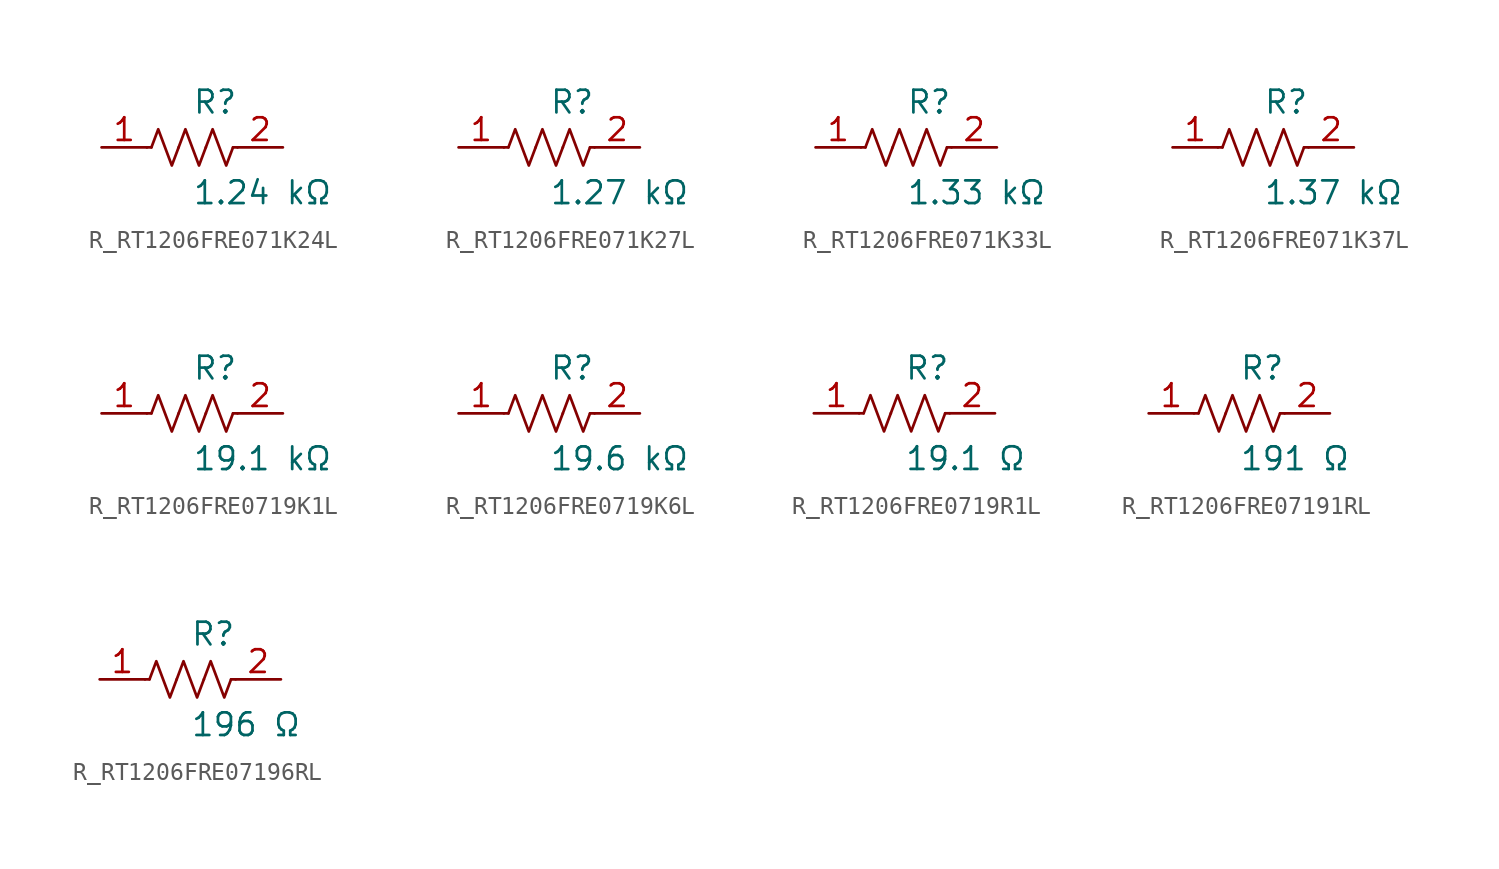
<source format=kicad_sym>
(kicad_symbol_lib
  (version 20231120)
  (generator kicad_symbol_editor)
  (generator_version 8.0)
  (symbol "R_RT1206FRE071K24L"
    (pin_names
      (offset 0.254))
    (property "Reference" "R"
      (at 0 2.54 0)
      (effects (font (size 1.27 1.27)) (justify left)))
    (property "Value" "1.24 kΩ"
      (at 0 -2.54 0)
      (effects (font (size 1.27 1.27)) (justify left)))
    (symbol "R_RT1206FRE071K24L_0_1"
      (polyline (pts (xy 2.286 0) (xy 2.54 0)) (stroke (width 0) (type default)) (fill (type none)))
      (polyline (pts (xy -2.286 0) (xy -2.54 0)) (stroke (width 0) (type default)) (fill (type none)))
      (polyline (pts (xy 0.762 0) (xy 1.143 1.016) (xy 1.524 0) (xy 1.905 -1.016) (xy 2.286 0)) (stroke (width 0) (type default)) (fill (type none)))
      (polyline (pts (xy -0.762 0) (xy -0.381 1.016) (xy 0 0) (xy 0.381 -1.016) (xy 0.762 0)) (stroke (width 0) (type default)) (fill (type none)))
      (polyline (pts (xy -2.286 0) (xy -1.905 1.016) (xy -1.524 0) (xy -1.143 -1.016) (xy -0.762 0)) (stroke (width 0) (type default)) (fill (type none))))
    (pin unspecified line
      (at -5.08 0 0)
      (length 2.54)
      (name "" (effects (font (size 1.27 1.27))))
      (number "1" (effects (font (size 1.27 1.27)))))
    (pin unspecified line
      (at 5.08 0 180)
      (length 2.54)
      (name "" (effects (font (size 1.27 1.27))))
      (number "2" (effects (font (size 1.27 1.27))))))
  (symbol "R_RT1206FRE071K27L"
    (pin_names
      (offset 0.254))
    (property "Reference" "R"
      (at 0 2.54 0)
      (effects (font (size 1.27 1.27)) (justify left)))
    (property "Value" "1.27 kΩ"
      (at 0 -2.54 0)
      (effects (font (size 1.27 1.27)) (justify left)))
    (symbol "R_RT1206FRE071K27L_0_1"
      (polyline (pts (xy 2.286 0) (xy 2.54 0)) (stroke (width 0) (type default)) (fill (type none)))
      (polyline (pts (xy -2.286 0) (xy -2.54 0)) (stroke (width 0) (type default)) (fill (type none)))
      (polyline (pts (xy 0.762 0) (xy 1.143 1.016) (xy 1.524 0) (xy 1.905 -1.016) (xy 2.286 0)) (stroke (width 0) (type default)) (fill (type none)))
      (polyline (pts (xy -0.762 0) (xy -0.381 1.016) (xy 0 0) (xy 0.381 -1.016) (xy 0.762 0)) (stroke (width 0) (type default)) (fill (type none)))
      (polyline (pts (xy -2.286 0) (xy -1.905 1.016) (xy -1.524 0) (xy -1.143 -1.016) (xy -0.762 0)) (stroke (width 0) (type default)) (fill (type none))))
    (pin unspecified line
      (at -5.08 0 0)
      (length 2.54)
      (name "" (effects (font (size 1.27 1.27))))
      (number "1" (effects (font (size 1.27 1.27)))))
    (pin unspecified line
      (at 5.08 0 180)
      (length 2.54)
      (name "" (effects (font (size 1.27 1.27))))
      (number "2" (effects (font (size 1.27 1.27))))))
  (symbol "R_RT1206FRE071K33L"
    (pin_names
      (offset 0.254))
    (property "Reference" "R"
      (at 0 2.54 0)
      (effects (font (size 1.27 1.27)) (justify left)))
    (property "Value" "1.33 kΩ"
      (at 0 -2.54 0)
      (effects (font (size 1.27 1.27)) (justify left)))
    (symbol "R_RT1206FRE071K33L_0_1"
      (polyline (pts (xy 2.286 0) (xy 2.54 0)) (stroke (width 0) (type default)) (fill (type none)))
      (polyline (pts (xy -2.286 0) (xy -2.54 0)) (stroke (width 0) (type default)) (fill (type none)))
      (polyline (pts (xy 0.762 0) (xy 1.143 1.016) (xy 1.524 0) (xy 1.905 -1.016) (xy 2.286 0)) (stroke (width 0) (type default)) (fill (type none)))
      (polyline (pts (xy -0.762 0) (xy -0.381 1.016) (xy 0 0) (xy 0.381 -1.016) (xy 0.762 0)) (stroke (width 0) (type default)) (fill (type none)))
      (polyline (pts (xy -2.286 0) (xy -1.905 1.016) (xy -1.524 0) (xy -1.143 -1.016) (xy -0.762 0)) (stroke (width 0) (type default)) (fill (type none))))
    (pin unspecified line
      (at -5.08 0 0)
      (length 2.54)
      (name "" (effects (font (size 1.27 1.27))))
      (number "1" (effects (font (size 1.27 1.27)))))
    (pin unspecified line
      (at 5.08 0 180)
      (length 2.54)
      (name "" (effects (font (size 1.27 1.27))))
      (number "2" (effects (font (size 1.27 1.27))))))
  (symbol "R_RT1206FRE071K37L"
    (pin_names
      (offset 0.254))
    (property "Reference" "R"
      (at 0 2.54 0)
      (effects (font (size 1.27 1.27)) (justify left)))
    (property "Value" "1.37 kΩ"
      (at 0 -2.54 0)
      (effects (font (size 1.27 1.27)) (justify left)))
    (symbol "R_RT1206FRE071K37L_0_1"
      (polyline (pts (xy 2.286 0) (xy 2.54 0)) (stroke (width 0) (type default)) (fill (type none)))
      (polyline (pts (xy -2.286 0) (xy -2.54 0)) (stroke (width 0) (type default)) (fill (type none)))
      (polyline (pts (xy 0.762 0) (xy 1.143 1.016) (xy 1.524 0) (xy 1.905 -1.016) (xy 2.286 0)) (stroke (width 0) (type default)) (fill (type none)))
      (polyline (pts (xy -0.762 0) (xy -0.381 1.016) (xy 0 0) (xy 0.381 -1.016) (xy 0.762 0)) (stroke (width 0) (type default)) (fill (type none)))
      (polyline (pts (xy -2.286 0) (xy -1.905 1.016) (xy -1.524 0) (xy -1.143 -1.016) (xy -0.762 0)) (stroke (width 0) (type default)) (fill (type none))))
    (pin unspecified line
      (at -5.08 0 0)
      (length 2.54)
      (name "" (effects (font (size 1.27 1.27))))
      (number "1" (effects (font (size 1.27 1.27)))))
    (pin unspecified line
      (at 5.08 0 180)
      (length 2.54)
      (name "" (effects (font (size 1.27 1.27))))
      (number "2" (effects (font (size 1.27 1.27))))))
  (symbol "R_RT1206FRE0719K1L"
    (pin_names
      (offset 0.254))
    (property "Reference" "R"
      (at 0 2.54 0)
      (effects (font (size 1.27 1.27)) (justify left)))
    (property "Value" "19.1 kΩ"
      (at 0 -2.54 0)
      (effects (font (size 1.27 1.27)) (justify left)))
    (symbol "R_RT1206FRE0719K1L_0_1"
      (polyline (pts (xy 2.286 0) (xy 2.54 0)) (stroke (width 0) (type default)) (fill (type none)))
      (polyline (pts (xy -2.286 0) (xy -2.54 0)) (stroke (width 0) (type default)) (fill (type none)))
      (polyline (pts (xy 0.762 0) (xy 1.143 1.016) (xy 1.524 0) (xy 1.905 -1.016) (xy 2.286 0)) (stroke (width 0) (type default)) (fill (type none)))
      (polyline (pts (xy -0.762 0) (xy -0.381 1.016) (xy 0 0) (xy 0.381 -1.016) (xy 0.762 0)) (stroke (width 0) (type default)) (fill (type none)))
      (polyline (pts (xy -2.286 0) (xy -1.905 1.016) (xy -1.524 0) (xy -1.143 -1.016) (xy -0.762 0)) (stroke (width 0) (type default)) (fill (type none))))
    (pin unspecified line
      (at -5.08 0 0)
      (length 2.54)
      (name "" (effects (font (size 1.27 1.27))))
      (number "1" (effects (font (size 1.27 1.27)))))
    (pin unspecified line
      (at 5.08 0 180)
      (length 2.54)
      (name "" (effects (font (size 1.27 1.27))))
      (number "2" (effects (font (size 1.27 1.27))))))
  (symbol "R_RT1206FRE0719K6L"
    (pin_names
      (offset 0.254))
    (property "Reference" "R"
      (at 0 2.54 0)
      (effects (font (size 1.27 1.27)) (justify left)))
    (property "Value" "19.6 kΩ"
      (at 0 -2.54 0)
      (effects (font (size 1.27 1.27)) (justify left)))
    (symbol "R_RT1206FRE0719K6L_0_1"
      (polyline (pts (xy 2.286 0) (xy 2.54 0)) (stroke (width 0) (type default)) (fill (type none)))
      (polyline (pts (xy -2.286 0) (xy -2.54 0)) (stroke (width 0) (type default)) (fill (type none)))
      (polyline (pts (xy 0.762 0) (xy 1.143 1.016) (xy 1.524 0) (xy 1.905 -1.016) (xy 2.286 0)) (stroke (width 0) (type default)) (fill (type none)))
      (polyline (pts (xy -0.762 0) (xy -0.381 1.016) (xy 0 0) (xy 0.381 -1.016) (xy 0.762 0)) (stroke (width 0) (type default)) (fill (type none)))
      (polyline (pts (xy -2.286 0) (xy -1.905 1.016) (xy -1.524 0) (xy -1.143 -1.016) (xy -0.762 0)) (stroke (width 0) (type default)) (fill (type none))))
    (pin unspecified line
      (at -5.08 0 0)
      (length 2.54)
      (name "" (effects (font (size 1.27 1.27))))
      (number "1" (effects (font (size 1.27 1.27)))))
    (pin unspecified line
      (at 5.08 0 180)
      (length 2.54)
      (name "" (effects (font (size 1.27 1.27))))
      (number "2" (effects (font (size 1.27 1.27))))))
  (symbol "R_RT1206FRE0719R1L"
    (pin_names
      (offset 0.254))
    (property "Reference" "R"
      (at 0 2.54 0)
      (effects (font (size 1.27 1.27)) (justify left)))
    (property "Value" "19.1 Ω"
      (at 0 -2.54 0)
      (effects (font (size 1.27 1.27)) (justify left)))
    (symbol "R_RT1206FRE0719R1L_0_1"
      (polyline (pts (xy 2.286 0) (xy 2.54 0)) (stroke (width 0) (type default)) (fill (type none)))
      (polyline (pts (xy -2.286 0) (xy -2.54 0)) (stroke (width 0) (type default)) (fill (type none)))
      (polyline (pts (xy 0.762 0) (xy 1.143 1.016) (xy 1.524 0) (xy 1.905 -1.016) (xy 2.286 0)) (stroke (width 0) (type default)) (fill (type none)))
      (polyline (pts (xy -0.762 0) (xy -0.381 1.016) (xy 0 0) (xy 0.381 -1.016) (xy 0.762 0)) (stroke (width 0) (type default)) (fill (type none)))
      (polyline (pts (xy -2.286 0) (xy -1.905 1.016) (xy -1.524 0) (xy -1.143 -1.016) (xy -0.762 0)) (stroke (width 0) (type default)) (fill (type none))))
    (pin unspecified line
      (at -5.08 0 0)
      (length 2.54)
      (name "" (effects (font (size 1.27 1.27))))
      (number "1" (effects (font (size 1.27 1.27)))))
    (pin unspecified line
      (at 5.08 0 180)
      (length 2.54)
      (name "" (effects (font (size 1.27 1.27))))
      (number "2" (effects (font (size 1.27 1.27))))))
  (symbol "R_RT1206FRE07191RL"
    (pin_names
      (offset 0.254))
    (property "Reference" "R"
      (at 0 2.54 0)
      (effects (font (size 1.27 1.27)) (justify left)))
    (property "Value" "191 Ω"
      (at 0 -2.54 0)
      (effects (font (size 1.27 1.27)) (justify left)))
    (symbol "R_RT1206FRE07191RL_0_1"
      (polyline (pts (xy 2.286 0) (xy 2.54 0)) (stroke (width 0) (type default)) (fill (type none)))
      (polyline (pts (xy -2.286 0) (xy -2.54 0)) (stroke (width 0) (type default)) (fill (type none)))
      (polyline (pts (xy 0.762 0) (xy 1.143 1.016) (xy 1.524 0) (xy 1.905 -1.016) (xy 2.286 0)) (stroke (width 0) (type default)) (fill (type none)))
      (polyline (pts (xy -0.762 0) (xy -0.381 1.016) (xy 0 0) (xy 0.381 -1.016) (xy 0.762 0)) (stroke (width 0) (type default)) (fill (type none)))
      (polyline (pts (xy -2.286 0) (xy -1.905 1.016) (xy -1.524 0) (xy -1.143 -1.016) (xy -0.762 0)) (stroke (width 0) (type default)) (fill (type none))))
    (pin unspecified line
      (at -5.08 0 0)
      (length 2.54)
      (name "" (effects (font (size 1.27 1.27))))
      (number "1" (effects (font (size 1.27 1.27)))))
    (pin unspecified line
      (at 5.08 0 180)
      (length 2.54)
      (name "" (effects (font (size 1.27 1.27))))
      (number "2" (effects (font (size 1.27 1.27))))))
  (symbol "R_RT1206FRE07196RL"
    (pin_names
      (offset 0.254))
    (property "Reference" "R"
      (at 0 2.54 0)
      (effects (font (size 1.27 1.27)) (justify left)))
    (property "Value" "196 Ω"
      (at 0 -2.54 0)
      (effects (font (size 1.27 1.27)) (justify left)))
    (symbol "R_RT1206FRE07196RL_0_1"
      (polyline (pts (xy 2.286 0) (xy 2.54 0)) (stroke (width 0) (type default)) (fill (type none)))
      (polyline (pts (xy -2.286 0) (xy -2.54 0)) (stroke (width 0) (type default)) (fill (type none)))
      (polyline (pts (xy 0.762 0) (xy 1.143 1.016) (xy 1.524 0) (xy 1.905 -1.016) (xy 2.286 0)) (stroke (width 0) (type default)) (fill (type none)))
      (polyline (pts (xy -0.762 0) (xy -0.381 1.016) (xy 0 0) (xy 0.381 -1.016) (xy 0.762 0)) (stroke (width 0) (type default)) (fill (type none)))
      (polyline (pts (xy -2.286 0) (xy -1.905 1.016) (xy -1.524 0) (xy -1.143 -1.016) (xy -0.762 0)) (stroke (width 0) (type default)) (fill (type none))))
    (pin unspecified line
      (at -5.08 0 0)
      (length 2.54)
      (name "" (effects (font (size 1.27 1.27))))
      (number "1" (effects (font (size 1.27 1.27)))))
    (pin unspecified line
      (at 5.08 0 180)
      (length 2.54)
      (name "" (effects (font (size 1.27 1.27))))
      (number "2" (effects (font (size 1.27 1.27)))))))
</source>
